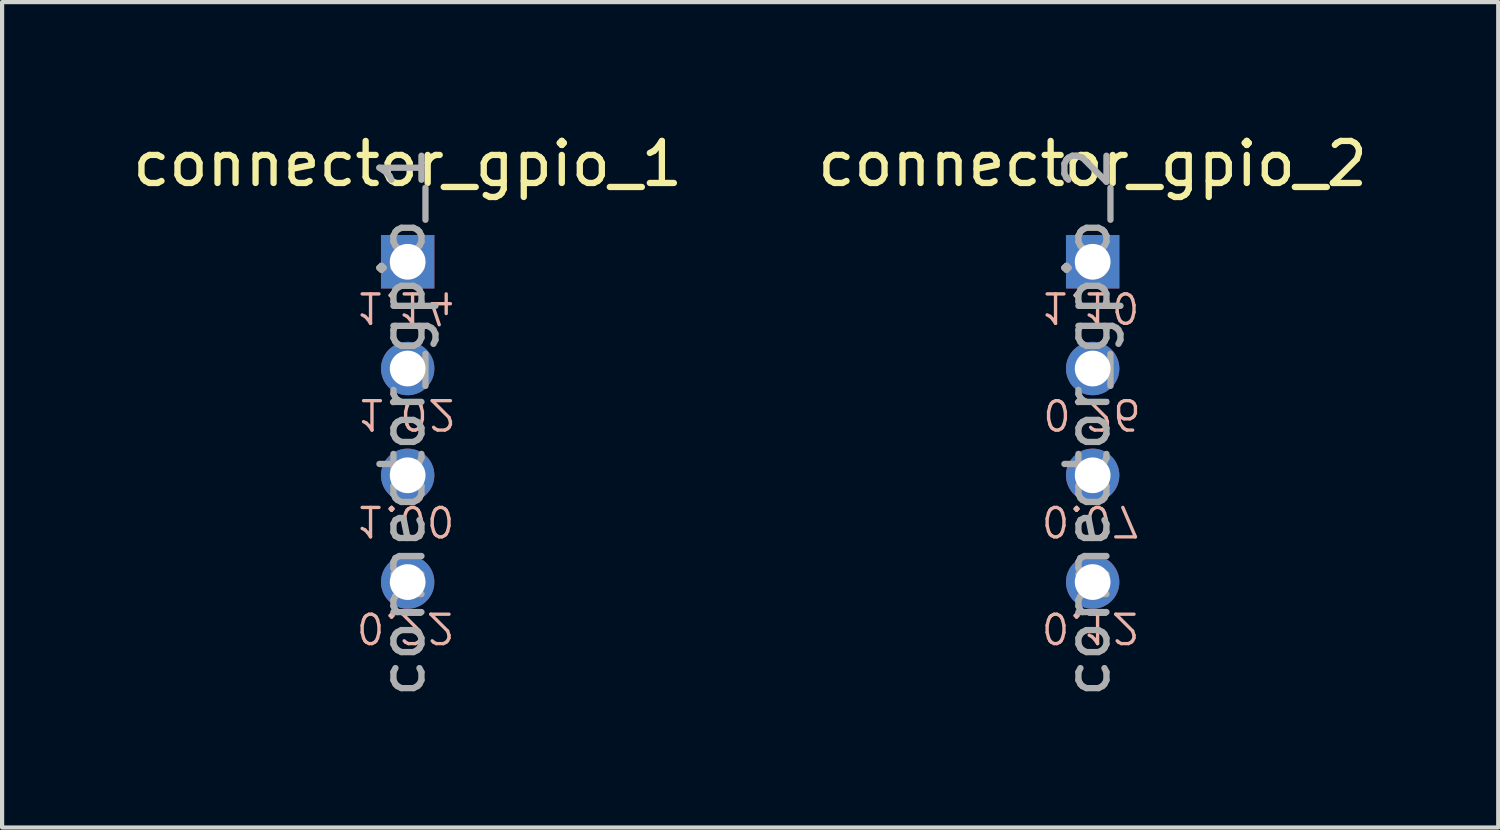
<source format=kicad_pcb>
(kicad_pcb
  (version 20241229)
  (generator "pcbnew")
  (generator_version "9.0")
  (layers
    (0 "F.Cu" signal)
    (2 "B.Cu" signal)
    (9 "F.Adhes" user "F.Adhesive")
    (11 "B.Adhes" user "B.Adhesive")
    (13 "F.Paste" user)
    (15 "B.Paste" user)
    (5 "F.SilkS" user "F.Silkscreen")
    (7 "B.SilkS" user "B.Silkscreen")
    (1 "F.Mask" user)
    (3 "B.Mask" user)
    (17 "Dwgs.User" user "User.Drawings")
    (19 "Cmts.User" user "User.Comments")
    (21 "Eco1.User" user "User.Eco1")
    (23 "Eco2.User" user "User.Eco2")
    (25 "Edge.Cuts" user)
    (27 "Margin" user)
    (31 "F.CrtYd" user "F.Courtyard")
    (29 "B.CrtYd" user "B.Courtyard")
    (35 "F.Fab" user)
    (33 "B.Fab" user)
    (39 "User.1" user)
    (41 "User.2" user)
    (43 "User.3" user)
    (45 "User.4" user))
  (footprint "connector_gpio_2"
    (layer "F.Cu")
    (at 22.946 3.178)
    (property "Reference" "connector_gpio_2" (at 0 -2.33 0) (layer "F.SilkS") (effects (font (size 1 1) (thickness 0.15))))
    (attr through_hole)
    (fp_text user "0.07" (at -0.05 6.164 180) (unlocked yes) (layer "B.SilkS") (effects (font (size 0.7 0.7) (thickness 0.08)) (justify mirror)))
    (fp_text user "0.26" (at -0.016 3.624 180) (unlocked yes) (layer "B.SilkS") (effects (font (size 0.7 0.7) (thickness 0.08)) (justify mirror)))
    (fp_text user "0.12" (at -0.05 8.704 180) (unlocked yes) (layer "B.SilkS") (effects (font (size 0.7 0.7) (thickness 0.08)) (justify mirror)))
    (fp_text user "1.10" (at -0.05 1.084 180) (unlocked yes) (layer "B.SilkS") (effects (font (size 0.7 0.7) (thickness 0.08)) (justify mirror)))
    (fp_text user "${REFERENCE}" (at -0.127 3.81 90) (layer "F.Fab") (effects (font (size 1 1) (thickness 0.15))))
    (pad "1" thru_hole rect (at 0 0) (size 1.27 1.27) (drill 0.85) (layers "*.Cu" "*.Mask"))
    (pad "2" thru_hole oval (at 0 2.54) (size 1.27 1.27) (drill 0.85) (layers "*.Cu" "*.Mask"))
    (pad "3" thru_hole oval (at 0 5.08) (size 1.27 1.27) (drill 0.85) (layers "*.Cu" "*.Mask"))
    (pad "4" thru_hole oval (at 0 7.62) (size 1.27 1.27) (drill 0.85) (layers "*.Cu" "*.Mask")))
  (footprint "connector_gpio_1"
    (layer "F.Cu")
    (at 6.649 3.178)
    (property "Reference" "connector_gpio_1" (at 0 -2.33 0) (layer "F.SilkS") (effects (font (size 1 1) (thickness 0.15))))
    (attr through_hole)
    (fp_text user "1.02" (at -0.016 3.624 180) (unlocked yes) (layer "B.SilkS") (effects (font (size 0.7 0.7) (thickness 0.08)) (justify mirror)))
    (fp_text user "1.00" (at -0.05 6.164 180) (unlocked yes) (layer "B.SilkS") (effects (font (size 0.7 0.7) (thickness 0.08)) (justify mirror)))
    (fp_text user "1.14" (at -0.05 1.084 180) (unlocked yes) (layer "B.SilkS") (effects (font (size 0.7 0.7) (thickness 0.08)) (justify mirror)))
    (fp_text user "0.22" (at -0.05 8.704 180) (unlocked yes) (layer "B.SilkS") (effects (font (size 0.7 0.7) (thickness 0.08)) (justify mirror)))
    (fp_text user "${REFERENCE}" (at -0.127 3.81 90) (layer "F.Fab") (effects (font (size 1 1) (thickness 0.15))))
    (pad "1" thru_hole rect (at 0 0) (size 1.27 1.27) (drill 0.85) (layers "*.Cu" "*.Mask"))
    (pad "2" thru_hole oval (at 0 2.54) (size 1.27 1.27) (drill 0.85) (layers "*.Cu" "*.Mask"))
    (pad "3" thru_hole oval (at 0 5.08) (size 1.27 1.27) (drill 0.85) (layers "*.Cu" "*.Mask"))
    (pad "4" thru_hole oval (at 0 7.62) (size 1.27 1.27) (drill 0.85) (layers "*.Cu" "*.Mask")))
  (gr_rect
    (start -3 -3)
    (end 32.595 16.637)
    (stroke (width 0.1) (type default))
    (fill no)
    (layer "Edge.Cuts")))
</source>
